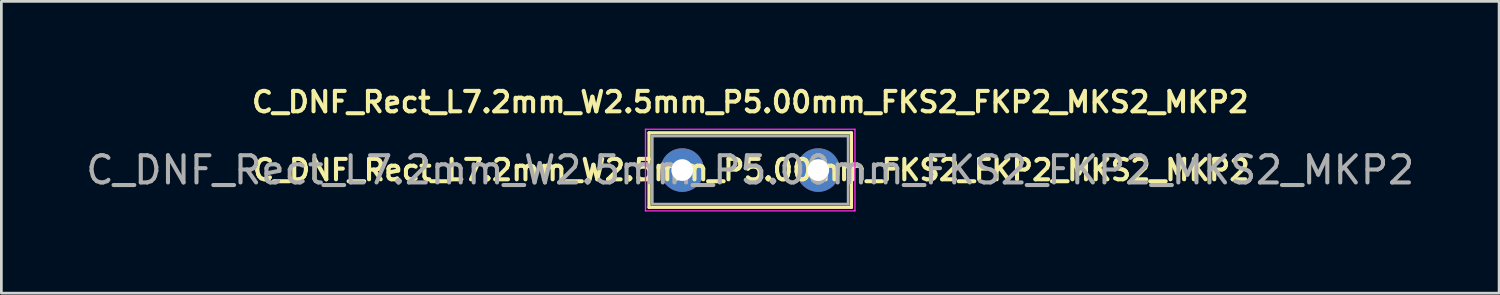
<source format=kicad_pcb>
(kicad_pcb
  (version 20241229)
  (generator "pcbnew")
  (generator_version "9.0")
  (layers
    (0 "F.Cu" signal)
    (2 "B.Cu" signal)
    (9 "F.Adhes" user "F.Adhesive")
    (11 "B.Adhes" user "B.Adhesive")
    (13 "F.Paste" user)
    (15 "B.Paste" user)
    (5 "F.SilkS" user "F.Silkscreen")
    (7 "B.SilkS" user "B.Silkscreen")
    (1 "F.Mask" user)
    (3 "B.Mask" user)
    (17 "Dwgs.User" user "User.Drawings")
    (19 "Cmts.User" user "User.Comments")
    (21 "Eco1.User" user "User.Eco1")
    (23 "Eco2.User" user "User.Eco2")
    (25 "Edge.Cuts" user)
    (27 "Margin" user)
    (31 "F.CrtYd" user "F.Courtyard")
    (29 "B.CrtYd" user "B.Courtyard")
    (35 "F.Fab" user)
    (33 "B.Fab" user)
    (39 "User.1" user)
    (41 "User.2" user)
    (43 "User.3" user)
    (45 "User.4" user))
  (footprint "C_DNF_Rect_L7.2mm_W2.5mm_P5.00mm_FKS2_FKP2_MKS2_MKP2"
    (layer "F.Cu")
    (at 22.03 3.202)
    (property "Reference" "C_DNF_Rect_L7.2mm_W2.5mm_P5.00mm_FKS2_FKP2_MKS2_MKP2" (at 2.5 -2.5 0) (layer "F.SilkS") (effects (font (size 0.75 0.75) (thickness 0.15))))
    (property "Value" "C_DNF_Rect_L7.2mm_W2.5mm_P5.00mm_FKS2_FKP2_MKS2_MKP2" (at 2.54 0 0) (layer "F.Fab") (hide yes) (effects (font (size 1 1) (thickness 0.15))))
    (attr through_hole)
    (fp_line (start -1.22 -1.37) (end -1.22 1.37) (stroke (width 0.12) (type solid)) (layer "F.SilkS"))
    (fp_line (start -1.22 -1.37) (end 6.22 -1.37) (stroke (width 0.12) (type solid)) (layer "F.SilkS"))
    (fp_line (start -1.22 1.37) (end 6.22 1.37) (stroke (width 0.12) (type solid)) (layer "F.SilkS"))
    (fp_line (start 6.22 -1.37) (end 6.22 1.37) (stroke (width 0.12) (type solid)) (layer "F.SilkS"))
    (fp_line (start -1.35 -1.5) (end -1.35 1.5) (stroke (width 0.05) (type solid)) (layer "F.CrtYd"))
    (fp_line (start -1.35 1.5) (end 6.35 1.5) (stroke (width 0.05) (type solid)) (layer "F.CrtYd"))
    (fp_line (start 6.35 -1.5) (end -1.35 -1.5) (stroke (width 0.05) (type solid)) (layer "F.CrtYd"))
    (fp_line (start 6.35 1.5) (end 6.35 -1.5) (stroke (width 0.05) (type solid)) (layer "F.CrtYd"))
    (fp_line (start -1.1 -1.25) (end -1.1 1.25) (stroke (width 0.1) (type solid)) (layer "F.Fab"))
    (fp_line (start -1.1 1.25) (end 6.1 1.25) (stroke (width 0.1) (type solid)) (layer "F.Fab"))
    (fp_line (start 6.1 -1.25) (end -1.1 -1.25) (stroke (width 0.1) (type solid)) (layer "F.Fab"))
    (fp_line (start 6.1 1.25) (end 6.1 -1.25) (stroke (width 0.1) (type solid)) (layer "F.Fab"))
    (fp_text user "${VALUE}" (at 2.54 0 0) (layer "F.SilkS") (effects (font (size 0.75 0.75) (thickness 0.15))))
    (fp_text user "${REFERENCE}" (at 2.5 0 0) (layer "F.Fab") (effects (font (size 1 1) (thickness 0.15))))
    (pad "1" thru_hole circle (at 0 0) (size 1.6 1.6) (drill 0.8) (layers "*.Cu" "*.Mask"))
    (pad "2" thru_hole circle (at 5 0) (size 1.6 1.6) (drill 0.8) (layers "*.Cu" "*.Mask")))
  (gr_rect
    (start -3 -3)
    (end 52.06 7.727)
    (stroke (width 0.1) (type default))
    (fill no)
    (layer "Edge.Cuts")))
</source>
